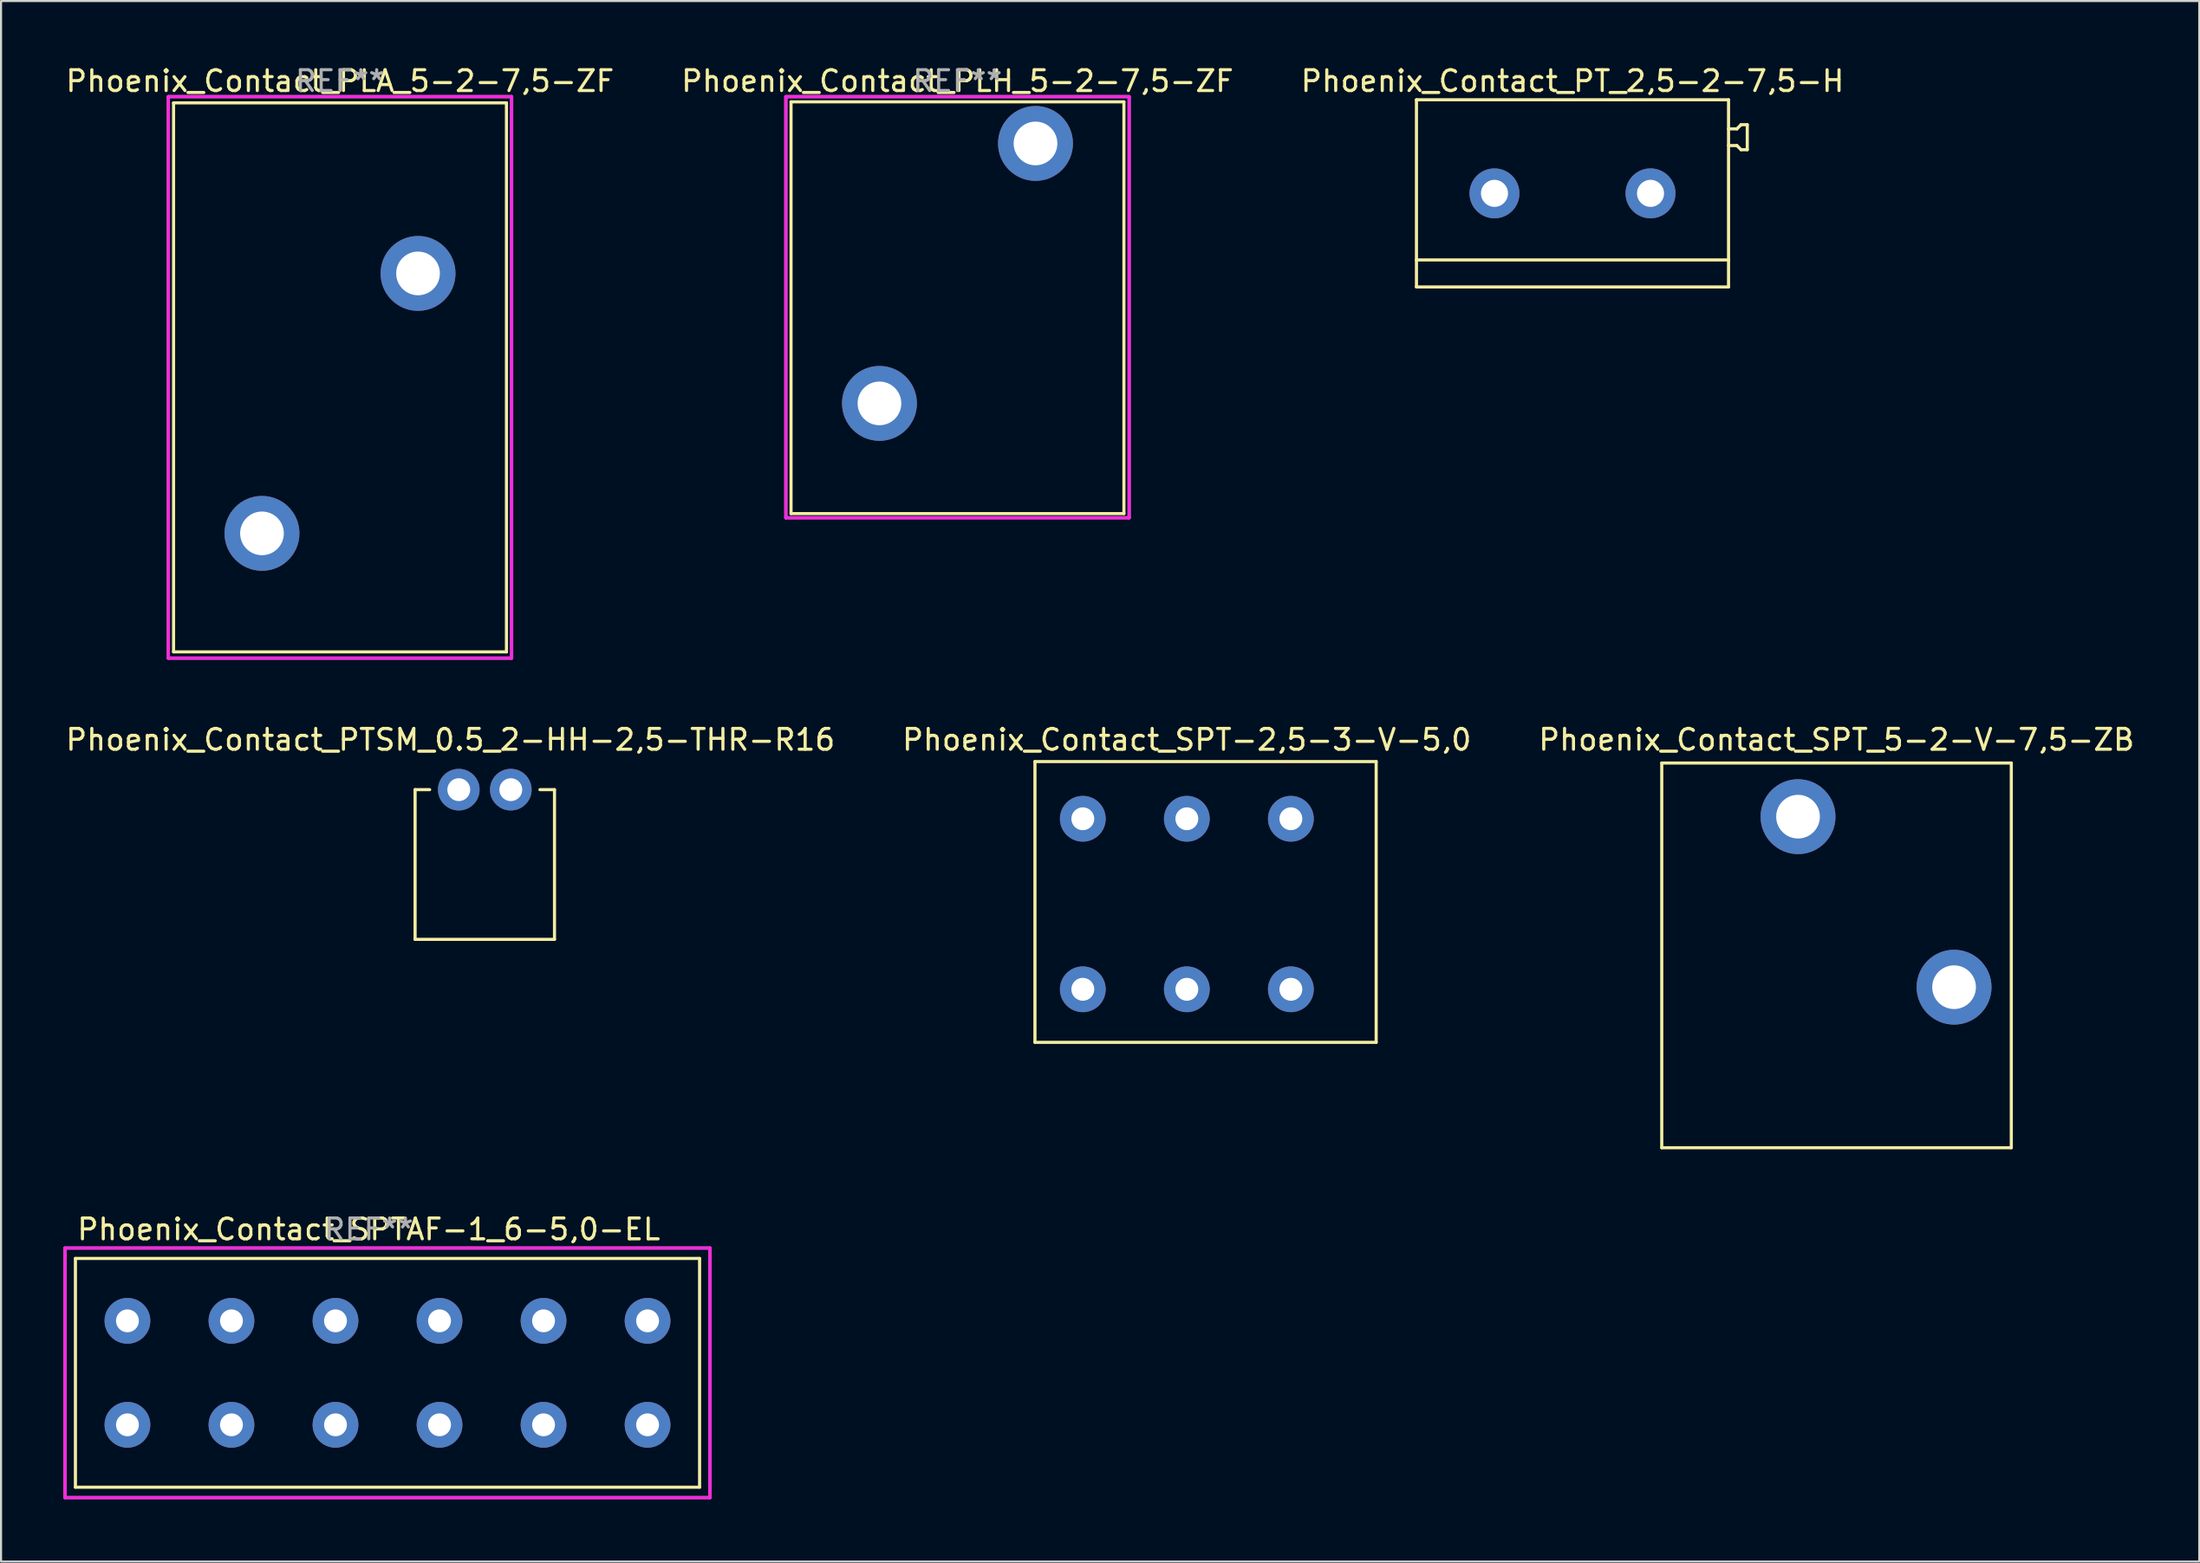
<source format=kicad_pcb>
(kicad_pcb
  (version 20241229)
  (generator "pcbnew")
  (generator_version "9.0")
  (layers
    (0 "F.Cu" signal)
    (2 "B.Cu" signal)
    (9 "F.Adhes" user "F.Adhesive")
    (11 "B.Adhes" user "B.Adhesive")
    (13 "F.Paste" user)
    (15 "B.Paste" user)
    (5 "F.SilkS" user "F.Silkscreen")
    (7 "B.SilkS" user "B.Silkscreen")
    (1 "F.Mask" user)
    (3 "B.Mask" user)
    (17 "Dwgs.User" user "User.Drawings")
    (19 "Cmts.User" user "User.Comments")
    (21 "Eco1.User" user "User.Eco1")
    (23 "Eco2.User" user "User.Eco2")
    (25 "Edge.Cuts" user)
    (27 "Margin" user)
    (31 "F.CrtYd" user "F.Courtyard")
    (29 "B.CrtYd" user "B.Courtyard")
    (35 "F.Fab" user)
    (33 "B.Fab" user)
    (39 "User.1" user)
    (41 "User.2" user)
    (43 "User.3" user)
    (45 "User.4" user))
  (footprint "Phoenix_Contact_PLA_5-2-7,5-ZF"
    (layer "F.Cu")
    (at 9.542 22.598)
    (property "Reference" "Phoenix_Contact_PLA_5-2-7,5-ZF" (at 3.75 -21.75 0) (layer "F.SilkS") (effects (font (size 1 1) (thickness 0.15))))
    (attr through_hole)
    (fp_line (start -4.25 -20.7) (end 11.75 -20.7) (stroke (width 0.15) (type solid)) (layer "F.SilkS"))
    (fp_line (start -4.25 5.7) (end -4.25 -20.7) (stroke (width 0.15) (type solid)) (layer "F.SilkS"))
    (fp_line (start -4.25 5.7) (end 11.75 5.7) (stroke (width 0.15) (type solid)) (layer "F.SilkS"))
    (fp_line (start 11.75 5.7) (end 11.75 -20.7) (stroke (width 0.15) (type solid)) (layer "F.SilkS"))
    (fp_line (start -4.5 -21) (end -4.5 6) (stroke (width 0.15) (type solid)) (layer "F.CrtYd"))
    (fp_line (start -4.5 6) (end 12 6) (stroke (width 0.15) (type solid)) (layer "F.CrtYd"))
    (fp_line (start 12 -21) (end -4.5 -21) (stroke (width 0.15) (type solid)) (layer "F.CrtYd"))
    (fp_line (start 12 6) (end 12 -21) (stroke (width 0.15) (type solid)) (layer "F.CrtYd"))
    (fp_line (start -4.5 -21) (end -4.5 6) (stroke (width 0.15) (type solid)) (layer "F.Fab"))
    (fp_line (start -4.5 6) (end 12 6) (stroke (width 0.15) (type solid)) (layer "F.Fab"))
    (fp_line (start 12 -21) (end -4.5 -21) (stroke (width 0.15) (type solid)) (layer "F.Fab"))
    (fp_line (start 12 6) (end 12 -21) (stroke (width 0.15) (type solid)) (layer "F.Fab"))
    (fp_text user "REF**" (at 3.75 -21.75 0) (layer "F.Fab") (effects (font (size 1 1) (thickness 0.15))))
    (pad "1" thru_hole circle (at 0 0) (size 3.6 3.6) (drill 2.1) (layers "*.Cu" "*.Mask"))
    (pad "2" thru_hole circle (at 7.5 -12.5) (size 3.6 3.6) (drill 2.1) (layers "*.Cu" "*.Mask")))
  (footprint "Phoenix_Contact_PTSM_0.5_2-HH-2,5-THR-R16"
    (layer "F.Cu")
    (at 19.001 34.922)
    (property "Reference" "Phoenix_Contact_PTSM_0.5_2-HH-2,5-THR-R16" (at -0.4 -2.4 0) (layer "F.SilkS") (effects (font (size 1 1) (thickness 0.15))))
    (attr through_hole)
    (fp_line (start -2.1 0) (end -1.4 0) (stroke (width 0.15) (type solid)) (layer "F.SilkS"))
    (fp_line (start -2.1 7.2) (end -2.1 0) (stroke (width 0.15) (type solid)) (layer "F.SilkS"))
    (fp_line (start -2.1 7.2) (end 4.6 7.2) (stroke (width 0.15) (type solid)) (layer "F.SilkS"))
    (fp_line (start 3.9 0) (end 4.6 0) (stroke (width 0.15) (type solid)) (layer "F.SilkS"))
    (fp_line (start 4.6 7.2) (end 4.6 0) (stroke (width 0.15) (type solid)) (layer "F.SilkS"))
    (pad "1" thru_hole circle (at 0 0) (size 2 2) (drill 1.1) (layers "*.Cu" "*.Mask"))
    (pad "2" thru_hole circle (at 2.5 0) (size 2 2) (drill 1.1) (layers "*.Cu" "*.Mask")))
  (footprint "Phoenix_Contact_PLH_5-2-7,5-ZF"
    (layer "F.Cu")
    (at 39.22 16.348)
    (property "Reference" "Phoenix_Contact_PLH_5-2-7,5-ZF" (at 3.75 -15.5 0) (layer "F.SilkS") (effects (font (size 1 1) (thickness 0.15))))
    (attr through_hole)
    (fp_line (start -4.25 -14.5) (end 11.75 -14.5) (stroke (width 0.15) (type solid)) (layer "F.SilkS"))
    (fp_line (start -4.25 5.3) (end -4.25 -14.5) (stroke (width 0.15) (type solid)) (layer "F.SilkS"))
    (fp_line (start -4.25 5.3) (end 11.75 5.3) (stroke (width 0.15) (type solid)) (layer "F.SilkS"))
    (fp_line (start 11.75 5.3) (end 11.75 -14.5) (stroke (width 0.15) (type solid)) (layer "F.SilkS"))
    (fp_line (start -4.5 -14.75) (end 12 -14.75) (stroke (width 0.15) (type solid)) (layer "F.CrtYd"))
    (fp_line (start -4.5 5.5) (end -4.5 -14.75) (stroke (width 0.15) (type solid)) (layer "F.CrtYd"))
    (fp_line (start 12 -14.75) (end 12 5.5) (stroke (width 0.15) (type solid)) (layer "F.CrtYd"))
    (fp_line (start 12 5.5) (end -4.5 5.5) (stroke (width 0.15) (type solid)) (layer "F.CrtYd"))
    (fp_line (start -4.5 -14.75) (end 12 -14.75) (stroke (width 0.15) (type solid)) (layer "F.Fab"))
    (fp_line (start -4.5 5.5) (end -4.5 -14.75) (stroke (width 0.15) (type solid)) (layer "F.Fab"))
    (fp_line (start 12 -14.75) (end 12 5.5) (stroke (width 0.15) (type solid)) (layer "F.Fab"))
    (fp_line (start 12 5.5) (end -4.5 5.5) (stroke (width 0.15) (type solid)) (layer "F.Fab"))
    (fp_text user "REF**" (at 3.75 -15.5 0) (layer "F.Fab") (effects (font (size 1 1) (thickness 0.15))))
    (pad "1" thru_hole circle (at 0 0) (size 3.6 3.6) (drill 2.1) (layers "*.Cu" "*.Mask"))
    (pad "2" thru_hole circle (at 7.5 -12.5) (size 3.6 3.6) (drill 2.1) (layers "*.Cu" "*.Mask")))
  (footprint "Phoenix_Contact_SPT-2,5-3-V-5,0"
    (layer "F.Cu")
    (at 53.994 36.322)
    (property "Reference" "Phoenix_Contact_SPT-2,5-3-V-5,0" (at 0 -3.8 0) (layer "F.SilkS") (effects (font (size 1 1) (thickness 0.15))))
    (attr through_hole)
    (fp_line (start -7.3 -2.75) (end 9.1 -2.75) (stroke (width 0.15) (type solid)) (layer "F.SilkS"))
    (fp_line (start -7.3 10.75) (end -7.3 -2.75) (stroke (width 0.15) (type solid)) (layer "F.SilkS"))
    (fp_line (start -7.3 10.75) (end 9.1 10.75) (stroke (width 0.15) (type solid)) (layer "F.SilkS"))
    (fp_line (start 9.1 10.75) (end 9.1 -2.75) (stroke (width 0.15) (type solid)) (layer "F.SilkS"))
    (pad "1" thru_hole circle (at -5 0) (size 2.2 2.2) (drill 1.1) (layers "*.Cu" "*.Mask"))
    (pad "1" thru_hole circle (at -5 8.2) (size 2.2 2.2) (drill 1.1) (layers "*.Cu" "*.Mask"))
    (pad "2" thru_hole circle (at 0 0) (size 2.2 2.2) (drill 1.1) (layers "*.Cu" "*.Mask"))
    (pad "2" thru_hole circle (at 0 8.2) (size 2.2 2.2) (drill 1.1) (layers "*.Cu" "*.Mask"))
    (pad "3" thru_hole circle (at 5 0) (size 2.2 2.2) (drill 1.1) (layers "*.Cu" "*.Mask"))
    (pad "3" thru_hole circle (at 5 8.2) (size 2.2 2.2) (drill 1.1) (layers "*.Cu" "*.Mask")))
  (footprint "Phoenix_Contact_SPT_5-2-V-7,5-ZB"
    (layer "F.Cu")
    (at 85.22 36.221)
    (property "Reference" "Phoenix_Contact_SPT_5-2-V-7,5-ZB" (at 0 -3.7 0) (layer "F.SilkS") (effects (font (size 1 1) (thickness 0.15))))
    (attr through_hole)
    (fp_line (start -8.4 -2.58) (end 8.4 -2.58) (stroke (width 0.15) (type solid)) (layer "F.SilkS"))
    (fp_line (start -8.4 15.92) (end -8.4 -2.58) (stroke (width 0.15) (type solid)) (layer "F.SilkS"))
    (fp_line (start -8.4 15.92) (end 8.4 15.92) (stroke (width 0.15) (type solid)) (layer "F.SilkS"))
    (fp_line (start 8.4 15.92) (end 8.4 -2.58) (stroke (width 0.15) (type solid)) (layer "F.SilkS"))
    (pad "1" thru_hole circle (at -1.85 0) (size 3.6 3.6) (drill 2.1) (layers "*.Cu" "*.Mask"))
    (pad "2" thru_hole circle (at 5.65 8.2) (size 3.6 3.6) (drill 2.1) (layers "*.Cu" "*.Mask")))
  (footprint "Phoenix_Contact_SPTAF-1_6-5,0-EL"
    (layer "F.Cu")
    (at 3.075 60.465)
    (property "Reference" "Phoenix_Contact_SPTAF-1_6-5,0-EL" (at 11.6 -4.4 0) (layer "F.SilkS") (effects (font (size 1 1) (thickness 0.15))))
    (attr through_hole)
    (fp_line (start -2.5 -3) (end 27.5 -3) (stroke (width 0.15) (type solid)) (layer "F.SilkS"))
    (fp_line (start -2.5 8) (end -2.5 -3) (stroke (width 0.15) (type solid)) (layer "F.SilkS"))
    (fp_line (start -2.5 8) (end 27.5 8) (stroke (width 0.15) (type solid)) (layer "F.SilkS"))
    (fp_line (start 27.5 8) (end 27.5 -3) (stroke (width 0.15) (type solid)) (layer "F.SilkS"))
    (fp_line (start -3 -3.5) (end 28 -3.5) (stroke (width 0.15) (type solid)) (layer "F.CrtYd"))
    (fp_line (start -3 8.5) (end -3 -3.5) (stroke (width 0.15) (type solid)) (layer "F.CrtYd"))
    (fp_line (start 28 -3.5) (end 28 8.5) (stroke (width 0.15) (type solid)) (layer "F.CrtYd"))
    (fp_line (start 28 8.5) (end -3 8.5) (stroke (width 0.15) (type solid)) (layer "F.CrtYd"))
    (fp_line (start -3 -3.5) (end 28 -3.5) (stroke (width 0.15) (type solid)) (layer "F.Fab"))
    (fp_line (start -3 8.5) (end -3 -3.5) (stroke (width 0.15) (type solid)) (layer "F.Fab"))
    (fp_line (start 28 -3.5) (end 28 8.5) (stroke (width 0.15) (type solid)) (layer "F.Fab"))
    (fp_line (start 28 8.5) (end -3 8.5) (stroke (width 0.15) (type solid)) (layer "F.Fab"))
    (fp_text user "REF**" (at 11.6 -4.4 0) (layer "F.Fab") (effects (font (size 1 1) (thickness 0.15))))
    (pad "1" thru_hole circle (at 0 0) (size 2.2 2.2) (drill 1.1) (layers "*.Cu" "*.Mask"))
    (pad "1" thru_hole circle (at 0 5) (size 2.2 2.2) (drill 1.1) (layers "*.Cu" "*.Mask"))
    (pad "2" thru_hole circle (at 5 0) (size 2.2 2.2) (drill 1.1) (layers "*.Cu" "*.Mask"))
    (pad "2" thru_hole circle (at 5 5) (size 2.2 2.2) (drill 1.1) (layers "*.Cu" "*.Mask"))
    (pad "3" thru_hole circle (at 10 0) (size 2.2 2.2) (drill 1.1) (layers "*.Cu" "*.Mask"))
    (pad "3" thru_hole circle (at 10 5) (size 2.2 2.2) (drill 1.1) (layers "*.Cu" "*.Mask"))
    (pad "4" thru_hole circle (at 15 0) (size 2.2 2.2) (drill 1.1) (layers "*.Cu" "*.Mask"))
    (pad "4" thru_hole circle (at 15 5) (size 2.2 2.2) (drill 1.1) (layers "*.Cu" "*.Mask"))
    (pad "5" thru_hole circle (at 20 0) (size 2.2 2.2) (drill 1.1) (layers "*.Cu" "*.Mask"))
    (pad "5" thru_hole circle (at 20 5) (size 2.2 2.2) (drill 1.1) (layers "*.Cu" "*.Mask"))
    (pad "6" thru_hole circle (at 25 0) (size 2.2 2.2) (drill 1.1) (layers "*.Cu" "*.Mask"))
    (pad "6" thru_hole circle (at 25 5) (size 2.2 2.2) (drill 1.1) (layers "*.Cu" "*.Mask")))
  (footprint "Phoenix_Contact_PT_2,5-2-7,5-H"
    (layer "F.Cu")
    (at 72.53 6.248)
    (property "Reference" "Phoenix_Contact_PT_2,5-2-7,5-H" (at 0 -5.4 0) (layer "F.SilkS") (effects (font (size 1 1) (thickness 0.15))))
    (attr through_hole)
    (fp_line (start -7.5 -4.5) (end 7.5 -4.5) (stroke (width 0.15) (type solid)) (layer "F.SilkS"))
    (fp_line (start -7.5 3.2) (end 7.5 3.2) (stroke (width 0.15) (type solid)) (layer "F.SilkS"))
    (fp_line (start -7.5 4.5) (end -7.5 -4.5) (stroke (width 0.15) (type solid)) (layer "F.SilkS"))
    (fp_line (start -7.5 4.5) (end 7.5 4.5) (stroke (width 0.15) (type solid)) (layer "F.SilkS"))
    (fp_line (start 7.5 -2.3) (end 7.9 -2.3) (stroke (width 0.15) (type solid)) (layer "F.SilkS"))
    (fp_line (start 7.5 4.5) (end 7.5 -4.5) (stroke (width 0.15) (type solid)) (layer "F.SilkS"))
    (fp_line (start 7.9 -3.1) (end 7.5 -3.1) (stroke (width 0.15) (type solid)) (layer "F.SilkS"))
    (fp_line (start 7.9 -2.3) (end 8.1 -2.1) (stroke (width 0.15) (type solid)) (layer "F.SilkS"))
    (fp_line (start 8.1 -3.3) (end 7.9 -3.1) (stroke (width 0.15) (type solid)) (layer "F.SilkS"))
    (fp_line (start 8.1 -2.1) (end 8.4 -2.1) (stroke (width 0.15) (type solid)) (layer "F.SilkS"))
    (fp_line (start 8.4 -3.3) (end 8.1 -3.3) (stroke (width 0.15) (type solid)) (layer "F.SilkS"))
    (fp_line (start 8.4 -2.1) (end 8.4 -3.3) (stroke (width 0.15) (type solid)) (layer "F.SilkS"))
    (pad "1" thru_hole circle (at -3.75 0) (size 2.4 2.4) (drill 1.3) (layers "*.Cu" "*.Mask"))
    (pad "2" thru_hole circle (at 3.75 0) (size 2.4 2.4) (drill 1.3) (layers "*.Cu" "*.Mask")))
  (gr_rect
    (start -3 -3)
    (end 102.655 72.04)
    (stroke (width 0.1) (type default))
    (fill no)
    (layer "Edge.Cuts")))
</source>
